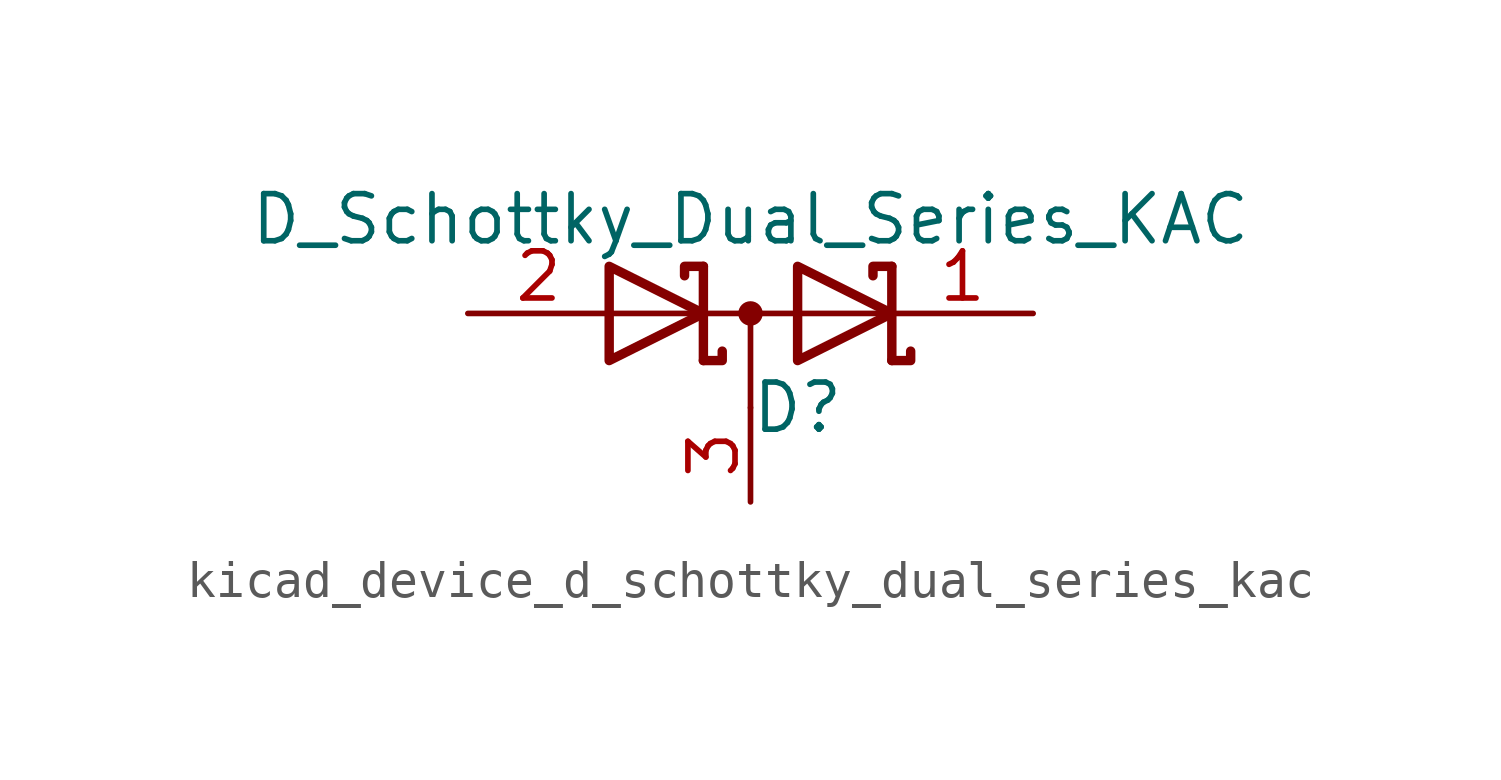
<source format=kicad_sym>
(kicad_symbol_lib
  (version 20220914)
  (generator kicad_symbol_editor)
  (symbol "kicad_device_d_schottky_dual_series_kac"
    (pin_names
      (offset 0.762) hide)
    (property "Reference" "D"
      (at 1.27 -2.54 0)
      (effects (font (size 1.27 1.27))))
    (property "Value" "D_Schottky_Dual_Series_KAC"
      (at 0 2.54 0)
      (effects (font (size 1.27 1.27))))
    (symbol "kicad_device_d_schottky_dual_series_kac_0_1"
      (polyline (pts (xy -3.81 0) (xy 3.81 0)) (stroke (width 0) (type default)) (fill (type none)))
      (polyline (pts (xy 0 0) (xy 0 -2.54)) (stroke (width 0) (type default)) (fill (type none)))
      (polyline (pts (xy -1.27 -1.27) (xy -1.27 1.27) (xy -1.27 1.27)) (stroke (width 0.254) (type default)) (fill (type none)))
      (polyline (pts (xy 3.81 1.27) (xy 3.81 -1.27) (xy 3.81 -1.27)) (stroke (width 0.254) (type default)) (fill (type none)))
      (polyline (pts (xy -1.27 -1.27) (xy -0.762 -1.27) (xy -0.762 -1.016) (xy -0.762 -1.016)) (stroke (width 0.254) (type default)) (fill (type none)))
      (polyline (pts (xy 3.81 -1.27) (xy 4.318 -1.27) (xy 4.318 -1.016) (xy 4.318 -1.016)) (stroke (width 0.254) (type default)) (fill (type none)))
      (polyline (pts (xy 3.81 1.27) (xy 3.302 1.27) (xy 3.302 1.016) (xy 3.302 1.016)) (stroke (width 0.254) (type default)) (fill (type none)))
      (polyline (pts (xy -1.778 1.016) (xy -1.778 1.27) (xy -1.27 1.27) (xy -1.27 1.27) (xy -1.27 1.27)) (stroke (width 0.254) (type default)) (fill (type none)))
      (polyline (pts (xy -3.81 1.27) (xy -1.27 0) (xy -3.81 -1.27) (xy -3.81 1.27) (xy -3.81 1.27) (xy -3.81 1.27)) (stroke (width 0.254) (type default)) (fill (type none)))
      (polyline (pts (xy 1.27 1.27) (xy 3.81 0) (xy 1.27 -1.27) (xy 1.27 1.27) (xy 1.27 1.27) (xy 1.27 1.27)) (stroke (width 0.254) (type default)) (fill (type none)))
      (circle (center 0 0) (radius 0.254) (stroke (width 0) (type default)) (fill (type outline)))
      (pin passive line (at 7.62 0 180) (length 3.81) (name "K" (effects (font (size 1.27 1.27)))) (number "1" (effects (font (size 1.27 1.27)))))
      (pin passive line (at -7.62 0 0) (length 3.81) (name "A" (effects (font (size 1.27 1.27)))) (number "2" (effects (font (size 1.27 1.27)))))
      (pin passive line (at 0 -5.08 90) (length 2.54) (name "common" (effects (font (size 1.27 1.27)))) (number "3" (effects (font (size 1.27 1.27))))))))
</source>
